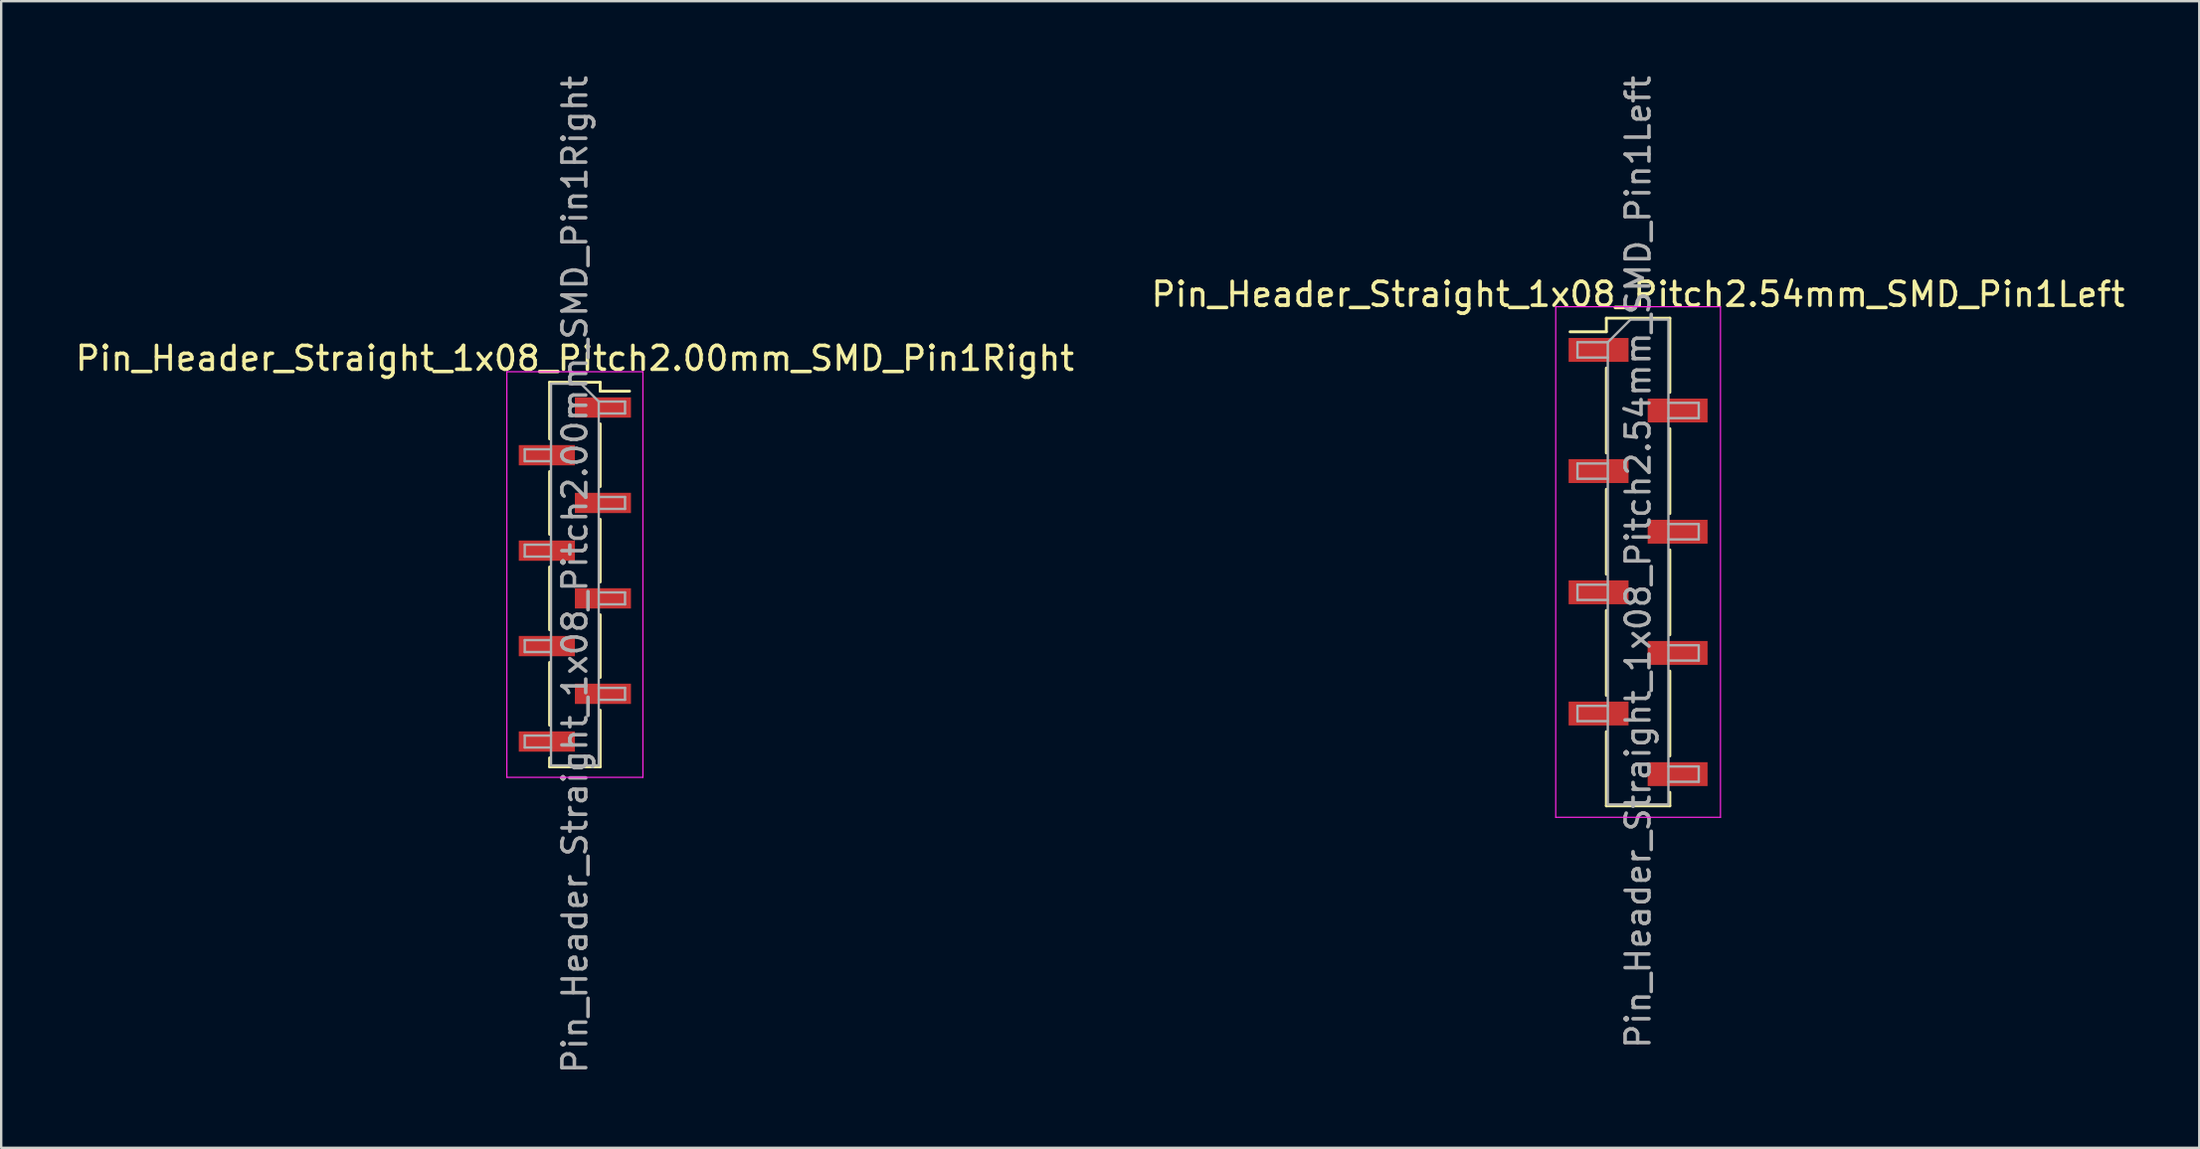
<source format=kicad_pcb>
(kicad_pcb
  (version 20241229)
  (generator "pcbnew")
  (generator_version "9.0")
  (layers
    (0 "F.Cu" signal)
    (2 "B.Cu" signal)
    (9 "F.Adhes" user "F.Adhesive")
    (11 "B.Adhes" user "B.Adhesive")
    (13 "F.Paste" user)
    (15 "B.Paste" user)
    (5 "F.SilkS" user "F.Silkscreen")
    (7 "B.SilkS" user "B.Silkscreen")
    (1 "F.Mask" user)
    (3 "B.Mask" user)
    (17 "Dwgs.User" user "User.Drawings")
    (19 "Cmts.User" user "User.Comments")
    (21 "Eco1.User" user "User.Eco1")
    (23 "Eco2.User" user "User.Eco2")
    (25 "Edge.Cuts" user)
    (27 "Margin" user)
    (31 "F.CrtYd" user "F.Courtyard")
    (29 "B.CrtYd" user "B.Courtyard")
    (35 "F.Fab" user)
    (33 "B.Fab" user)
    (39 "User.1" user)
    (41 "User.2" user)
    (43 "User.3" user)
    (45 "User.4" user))
  (footprint "Pin_Header_Straight_1x08_Pitch2.54mm_SMD_Pin1Left"
    (layer "F.Cu")
    (at 65.565 20.506)
    (property "Reference" "Pin_Header_Straight_1x08_Pitch2.54mm_SMD_Pin1Left" (at 0 -11.22 0) (layer "F.SilkS") (effects (font (size 1 1) (thickness 0.15))))
    (attr smd)
    (fp_line (start -1.33 -10.22) (end -1.33 -9.65) (stroke (width 0.12) (type solid)) (layer "F.SilkS"))
    (fp_line (start -1.33 -10.22) (end 1.33 -10.22) (stroke (width 0.12) (type solid)) (layer "F.SilkS"))
    (fp_line (start -1.33 -9.65) (end -2.85 -9.65) (stroke (width 0.12) (type solid)) (layer "F.SilkS"))
    (fp_line (start -1.33 -8.13) (end -1.33 -4.57) (stroke (width 0.12) (type solid)) (layer "F.SilkS"))
    (fp_line (start -1.33 -3.05) (end -1.33 0.51) (stroke (width 0.12) (type solid)) (layer "F.SilkS"))
    (fp_line (start -1.33 2.03) (end -1.33 5.59) (stroke (width 0.12) (type solid)) (layer "F.SilkS"))
    (fp_line (start -1.33 7.11) (end -1.33 10.22) (stroke (width 0.12) (type solid)) (layer "F.SilkS"))
    (fp_line (start -1.33 10.22) (end 1.33 10.22) (stroke (width 0.12) (type solid)) (layer "F.SilkS"))
    (fp_line (start 1.33 -10.22) (end 1.33 -7.11) (stroke (width 0.12) (type solid)) (layer "F.SilkS"))
    (fp_line (start 1.33 -5.59) (end 1.33 -2.03) (stroke (width 0.12) (type solid)) (layer "F.SilkS"))
    (fp_line (start 1.33 -0.51) (end 1.33 3.05) (stroke (width 0.12) (type solid)) (layer "F.SilkS"))
    (fp_line (start 1.33 4.57) (end 1.33 8.13) (stroke (width 0.12) (type solid)) (layer "F.SilkS"))
    (fp_line (start 1.33 9.65) (end 1.33 10.22) (stroke (width 0.12) (type solid)) (layer "F.SilkS"))
    (fp_line (start -3.45 -10.7) (end -3.45 10.7) (stroke (width 0.05) (type solid)) (layer "F.CrtYd"))
    (fp_line (start -3.45 10.7) (end 3.45 10.7) (stroke (width 0.05) (type solid)) (layer "F.CrtYd"))
    (fp_line (start 3.45 -10.7) (end -3.45 -10.7) (stroke (width 0.05) (type solid)) (layer "F.CrtYd"))
    (fp_line (start 3.45 10.7) (end 3.45 -10.7) (stroke (width 0.05) (type solid)) (layer "F.CrtYd"))
    (fp_line (start -2.54 -9.21) (end -2.54 -8.57) (stroke (width 0.1) (type solid)) (layer "F.Fab"))
    (fp_line (start -2.54 -8.57) (end -1.27 -8.57) (stroke (width 0.1) (type solid)) (layer "F.Fab"))
    (fp_line (start -2.54 -4.13) (end -2.54 -3.49) (stroke (width 0.1) (type solid)) (layer "F.Fab"))
    (fp_line (start -2.54 -3.49) (end -1.27 -3.49) (stroke (width 0.1) (type solid)) (layer "F.Fab"))
    (fp_line (start -2.54 0.95) (end -2.54 1.59) (stroke (width 0.1) (type solid)) (layer "F.Fab"))
    (fp_line (start -2.54 1.59) (end -1.27 1.59) (stroke (width 0.1) (type solid)) (layer "F.Fab"))
    (fp_line (start -2.54 6.03) (end -2.54 6.67) (stroke (width 0.1) (type solid)) (layer "F.Fab"))
    (fp_line (start -2.54 6.67) (end -1.27 6.67) (stroke (width 0.1) (type solid)) (layer "F.Fab"))
    (fp_line (start -1.27 -9.21) (end -2.54 -9.21) (stroke (width 0.1) (type solid)) (layer "F.Fab"))
    (fp_line (start -1.27 -9.21) (end -0.32 -10.16) (stroke (width 0.1) (type solid)) (layer "F.Fab"))
    (fp_line (start -1.27 -4.13) (end -2.54 -4.13) (stroke (width 0.1) (type solid)) (layer "F.Fab"))
    (fp_line (start -1.27 0.95) (end -2.54 0.95) (stroke (width 0.1) (type solid)) (layer "F.Fab"))
    (fp_line (start -1.27 6.03) (end -2.54 6.03) (stroke (width 0.1) (type solid)) (layer "F.Fab"))
    (fp_line (start -1.27 10.16) (end -1.27 -9.21) (stroke (width 0.1) (type solid)) (layer "F.Fab"))
    (fp_line (start -0.32 -10.16) (end 1.27 -10.16) (stroke (width 0.1) (type solid)) (layer "F.Fab"))
    (fp_line (start 1.27 -10.16) (end 1.27 10.16) (stroke (width 0.1) (type solid)) (layer "F.Fab"))
    (fp_line (start 1.27 -6.67) (end 2.54 -6.67) (stroke (width 0.1) (type solid)) (layer "F.Fab"))
    (fp_line (start 1.27 -1.59) (end 2.54 -1.59) (stroke (width 0.1) (type solid)) (layer "F.Fab"))
    (fp_line (start 1.27 3.49) (end 2.54 3.49) (stroke (width 0.1) (type solid)) (layer "F.Fab"))
    (fp_line (start 1.27 8.57) (end 2.54 8.57) (stroke (width 0.1) (type solid)) (layer "F.Fab"))
    (fp_line (start 1.27 10.16) (end -1.27 10.16) (stroke (width 0.1) (type solid)) (layer "F.Fab"))
    (fp_line (start 2.54 -6.67) (end 2.54 -6.03) (stroke (width 0.1) (type solid)) (layer "F.Fab"))
    (fp_line (start 2.54 -6.03) (end 1.27 -6.03) (stroke (width 0.1) (type solid)) (layer "F.Fab"))
    (fp_line (start 2.54 -1.59) (end 2.54 -0.95) (stroke (width 0.1) (type solid)) (layer "F.Fab"))
    (fp_line (start 2.54 -0.95) (end 1.27 -0.95) (stroke (width 0.1) (type solid)) (layer "F.Fab"))
    (fp_line (start 2.54 3.49) (end 2.54 4.13) (stroke (width 0.1) (type solid)) (layer "F.Fab"))
    (fp_line (start 2.54 4.13) (end 1.27 4.13) (stroke (width 0.1) (type solid)) (layer "F.Fab"))
    (fp_line (start 2.54 8.57) (end 2.54 9.21) (stroke (width 0.1) (type solid)) (layer "F.Fab"))
    (fp_line (start 2.54 9.21) (end 1.27 9.21) (stroke (width 0.1) (type solid)) (layer "F.Fab"))
    (fp_text user "${REFERENCE}" (at 0 0 90) (layer "F.Fab") (effects (font (size 1 1) (thickness 0.15))))
    (pad "1" smd rect (at -1.655 -8.89) (size 2.51 1) (layers "F.Cu" "F.Mask" "F.Paste"))
    (pad "2" smd rect (at 1.655 -6.35) (size 2.51 1) (layers "F.Cu" "F.Mask" "F.Paste"))
    (pad "3" smd rect (at -1.655 -3.81) (size 2.51 1) (layers "F.Cu" "F.Mask" "F.Paste"))
    (pad "4" smd rect (at 1.655 -1.27) (size 2.51 1) (layers "F.Cu" "F.Mask" "F.Paste"))
    (pad "5" smd rect (at -1.655 1.27) (size 2.51 1) (layers "F.Cu" "F.Mask" "F.Paste"))
    (pad "6" smd rect (at 1.655 3.81) (size 2.51 1) (layers "F.Cu" "F.Mask" "F.Paste"))
    (pad "7" smd rect (at -1.655 6.35) (size 2.51 1) (layers "F.Cu" "F.Mask" "F.Paste"))
    (pad "8" smd rect (at 1.655 8.89) (size 2.51 1) (layers "F.Cu" "F.Mask" "F.Paste")))
  (footprint "Pin_Header_Straight_1x08_Pitch2.00mm_SMD_Pin1Right"
    (layer "F.Cu")
    (at 21.03 21.03)
    (property "Reference" "Pin_Header_Straight_1x08_Pitch2.00mm_SMD_Pin1Right" (at 0 -9.06 0) (layer "F.SilkS") (effects (font (size 1 1) (thickness 0.15))))
    (attr smd)
    (fp_line (start -1.06 -8.06) (end -1.06 -5.685) (stroke (width 0.12) (type solid)) (layer "F.SilkS"))
    (fp_line (start -1.06 -8.06) (end 1.06 -8.06) (stroke (width 0.12) (type solid)) (layer "F.SilkS"))
    (fp_line (start -1.06 -4.315) (end -1.06 -1.685) (stroke (width 0.12) (type solid)) (layer "F.SilkS"))
    (fp_line (start -1.06 -0.315) (end -1.06 2.315) (stroke (width 0.12) (type solid)) (layer "F.SilkS"))
    (fp_line (start -1.06 3.685) (end -1.06 6.315) (stroke (width 0.12) (type solid)) (layer "F.SilkS"))
    (fp_line (start -1.06 7.685) (end -1.06 8.06) (stroke (width 0.12) (type solid)) (layer "F.SilkS"))
    (fp_line (start -1.06 8.06) (end 1.06 8.06) (stroke (width 0.12) (type solid)) (layer "F.SilkS"))
    (fp_line (start 1.06 -8.06) (end 1.06 -7.685) (stroke (width 0.12) (type solid)) (layer "F.SilkS"))
    (fp_line (start 1.06 -7.685) (end 2.29 -7.685) (stroke (width 0.12) (type solid)) (layer "F.SilkS"))
    (fp_line (start 1.06 -6.315) (end 1.06 -3.685) (stroke (width 0.12) (type solid)) (layer "F.SilkS"))
    (fp_line (start 1.06 -2.315) (end 1.06 0.315) (stroke (width 0.12) (type solid)) (layer "F.SilkS"))
    (fp_line (start 1.06 1.685) (end 1.06 4.315) (stroke (width 0.12) (type solid)) (layer "F.SilkS"))
    (fp_line (start 1.06 5.685) (end 1.06 8.06) (stroke (width 0.12) (type solid)) (layer "F.SilkS"))
    (fp_line (start -2.85 -8.5) (end -2.85 8.5) (stroke (width 0.05) (type solid)) (layer "F.CrtYd"))
    (fp_line (start -2.85 8.5) (end 2.85 8.5) (stroke (width 0.05) (type solid)) (layer "F.CrtYd"))
    (fp_line (start 2.85 -8.5) (end -2.85 -8.5) (stroke (width 0.05) (type solid)) (layer "F.CrtYd"))
    (fp_line (start 2.85 8.5) (end 2.85 -8.5) (stroke (width 0.05) (type solid)) (layer "F.CrtYd"))
    (fp_line (start -2.1 -5.25) (end -2.1 -4.75) (stroke (width 0.1) (type solid)) (layer "F.Fab"))
    (fp_line (start -2.1 -4.75) (end -1 -4.75) (stroke (width 0.1) (type solid)) (layer "F.Fab"))
    (fp_line (start -2.1 -1.25) (end -2.1 -0.75) (stroke (width 0.1) (type solid)) (layer "F.Fab"))
    (fp_line (start -2.1 -0.75) (end -1 -0.75) (stroke (width 0.1) (type solid)) (layer "F.Fab"))
    (fp_line (start -2.1 2.75) (end -2.1 3.25) (stroke (width 0.1) (type solid)) (layer "F.Fab"))
    (fp_line (start -2.1 3.25) (end -1 3.25) (stroke (width 0.1) (type solid)) (layer "F.Fab"))
    (fp_line (start -2.1 6.75) (end -2.1 7.25) (stroke (width 0.1) (type solid)) (layer "F.Fab"))
    (fp_line (start -2.1 7.25) (end -1 7.25) (stroke (width 0.1) (type solid)) (layer "F.Fab"))
    (fp_line (start -1 -8) (end -1 8) (stroke (width 0.1) (type solid)) (layer "F.Fab"))
    (fp_line (start -1 -8) (end 0.25 -8) (stroke (width 0.1) (type solid)) (layer "F.Fab"))
    (fp_line (start -1 -5.25) (end -2.1 -5.25) (stroke (width 0.1) (type solid)) (layer "F.Fab"))
    (fp_line (start -1 -1.25) (end -2.1 -1.25) (stroke (width 0.1) (type solid)) (layer "F.Fab"))
    (fp_line (start -1 2.75) (end -2.1 2.75) (stroke (width 0.1) (type solid)) (layer "F.Fab"))
    (fp_line (start -1 6.75) (end -2.1 6.75) (stroke (width 0.1) (type solid)) (layer "F.Fab"))
    (fp_line (start 1 -7.25) (end 0.25 -8) (stroke (width 0.1) (type solid)) (layer "F.Fab"))
    (fp_line (start 1 -7.25) (end 2.1 -7.25) (stroke (width 0.1) (type solid)) (layer "F.Fab"))
    (fp_line (start 1 -3.25) (end 2.1 -3.25) (stroke (width 0.1) (type solid)) (layer "F.Fab"))
    (fp_line (start 1 0.75) (end 2.1 0.75) (stroke (width 0.1) (type solid)) (layer "F.Fab"))
    (fp_line (start 1 4.75) (end 2.1 4.75) (stroke (width 0.1) (type solid)) (layer "F.Fab"))
    (fp_line (start 1 8) (end -1 8) (stroke (width 0.1) (type solid)) (layer "F.Fab"))
    (fp_line (start 1 8) (end 1 -7.25) (stroke (width 0.1) (type solid)) (layer "F.Fab"))
    (fp_line (start 2.1 -7.25) (end 2.1 -6.75) (stroke (width 0.1) (type solid)) (layer "F.Fab"))
    (fp_line (start 2.1 -6.75) (end 1 -6.75) (stroke (width 0.1) (type solid)) (layer "F.Fab"))
    (fp_line (start 2.1 -3.25) (end 2.1 -2.75) (stroke (width 0.1) (type solid)) (layer "F.Fab"))
    (fp_line (start 2.1 -2.75) (end 1 -2.75) (stroke (width 0.1) (type solid)) (layer "F.Fab"))
    (fp_line (start 2.1 0.75) (end 2.1 1.25) (stroke (width 0.1) (type solid)) (layer "F.Fab"))
    (fp_line (start 2.1 1.25) (end 1 1.25) (stroke (width 0.1) (type solid)) (layer "F.Fab"))
    (fp_line (start 2.1 4.75) (end 2.1 5.25) (stroke (width 0.1) (type solid)) (layer "F.Fab"))
    (fp_line (start 2.1 5.25) (end 1 5.25) (stroke (width 0.1) (type solid)) (layer "F.Fab"))
    (fp_text user "${REFERENCE}" (at 0 0 90) (layer "F.Fab") (effects (font (size 1 1) (thickness 0.15))))
    (pad "1" smd rect (at 1.175 -7) (size 2.35 0.85) (layers "F.Cu" "F.Mask" "F.Paste"))
    (pad "2" smd rect (at -1.175 -5) (size 2.35 0.85) (layers "F.Cu" "F.Mask" "F.Paste"))
    (pad "3" smd rect (at 1.175 -3) (size 2.35 0.85) (layers "F.Cu" "F.Mask" "F.Paste"))
    (pad "4" smd rect (at -1.175 -1) (size 2.35 0.85) (layers "F.Cu" "F.Mask" "F.Paste"))
    (pad "5" smd rect (at 1.175 1) (size 2.35 0.85) (layers "F.Cu" "F.Mask" "F.Paste"))
    (pad "6" smd rect (at -1.175 3) (size 2.35 0.85) (layers "F.Cu" "F.Mask" "F.Paste"))
    (pad "7" smd rect (at 1.175 5) (size 2.35 0.85) (layers "F.Cu" "F.Mask" "F.Paste"))
    (pad "8" smd rect (at -1.175 7) (size 2.35 0.85) (layers "F.Cu" "F.Mask" "F.Paste")))
  (gr_rect
    (start -3 -3)
    (end 89.071 45.06)
    (stroke (width 0.1) (type default))
    (fill no)
    (layer "Edge.Cuts")))
</source>
